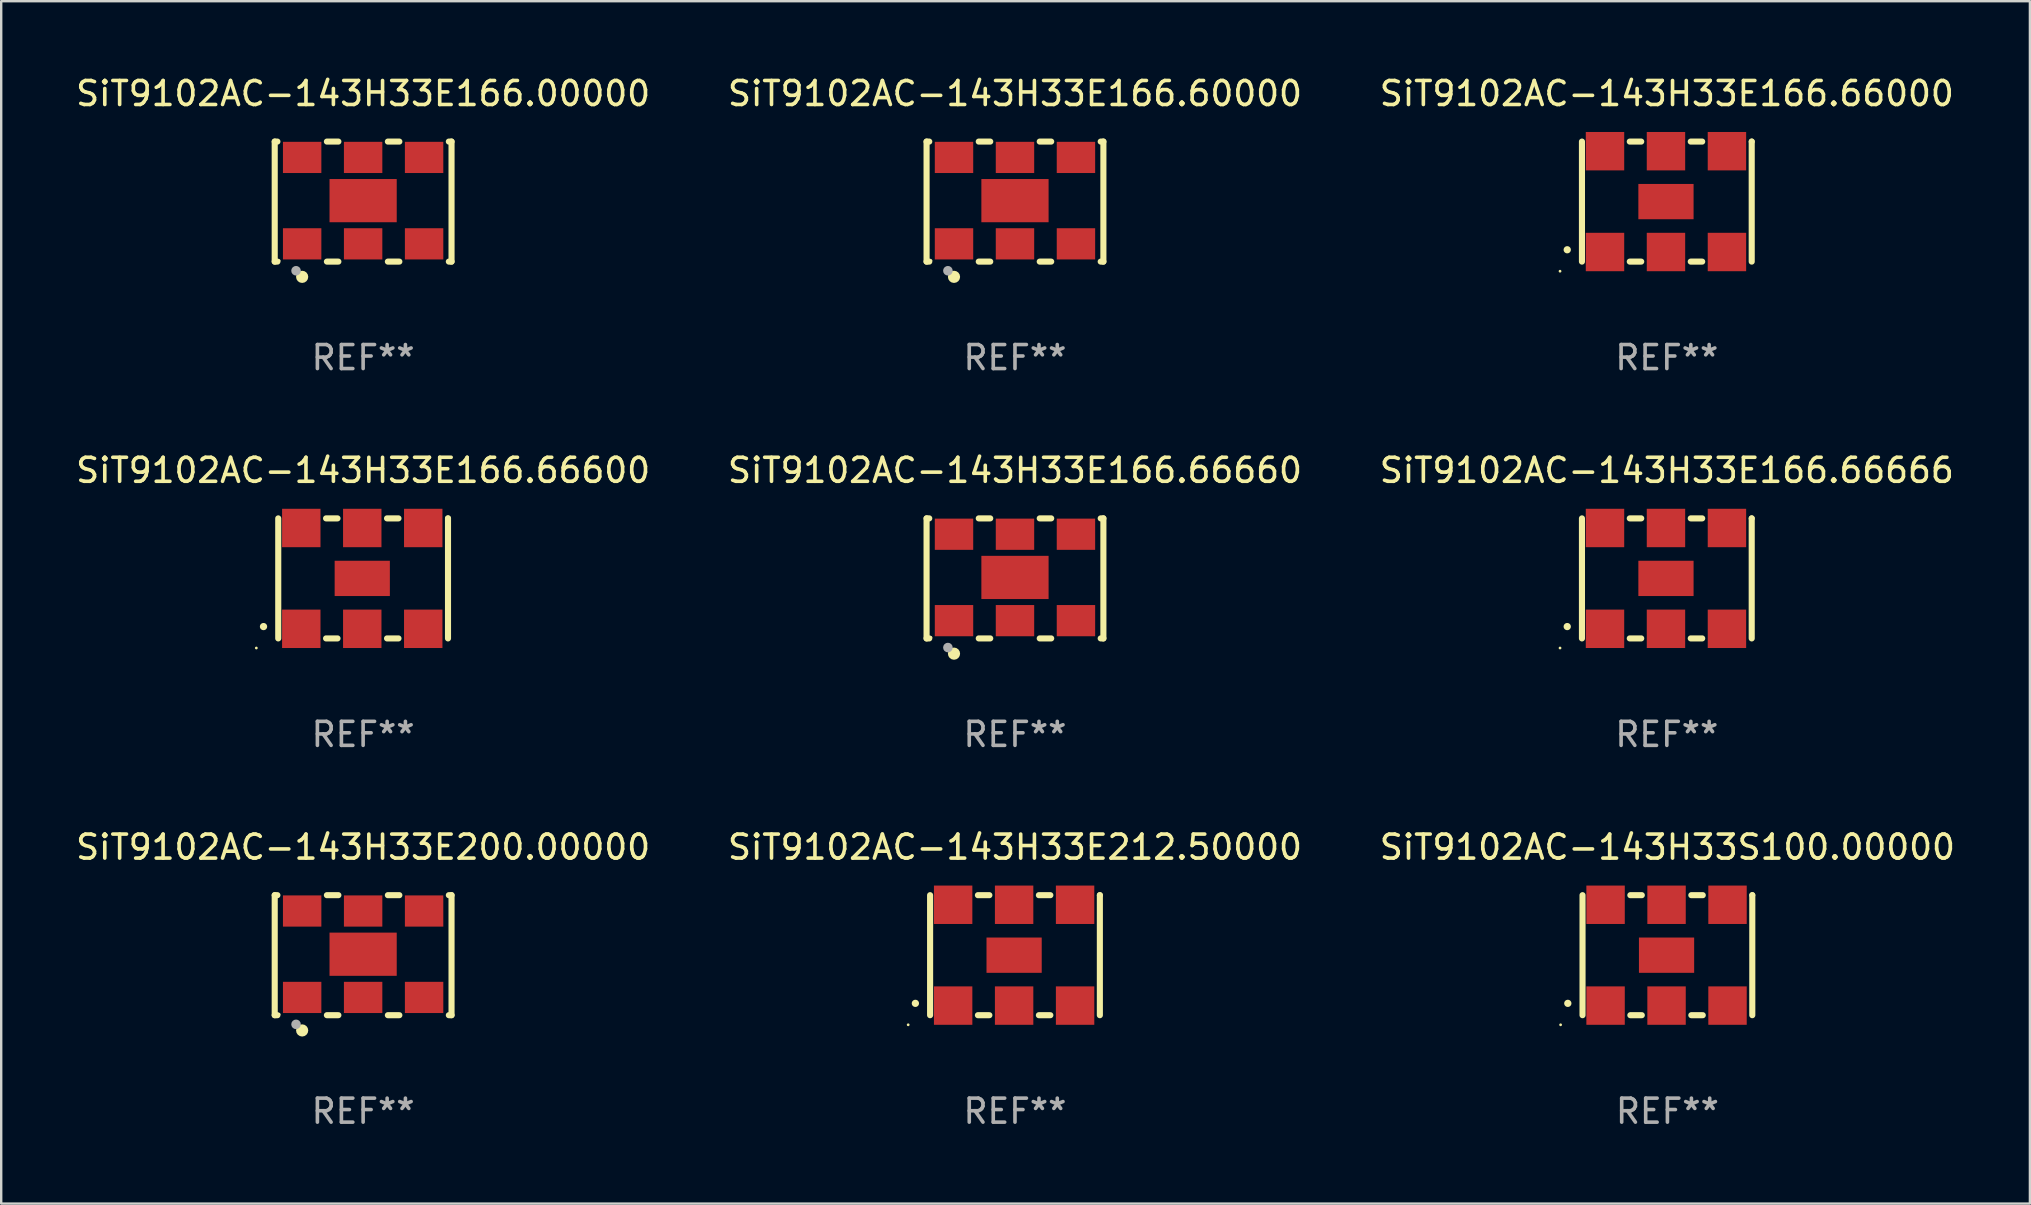
<source format=kicad_pcb>
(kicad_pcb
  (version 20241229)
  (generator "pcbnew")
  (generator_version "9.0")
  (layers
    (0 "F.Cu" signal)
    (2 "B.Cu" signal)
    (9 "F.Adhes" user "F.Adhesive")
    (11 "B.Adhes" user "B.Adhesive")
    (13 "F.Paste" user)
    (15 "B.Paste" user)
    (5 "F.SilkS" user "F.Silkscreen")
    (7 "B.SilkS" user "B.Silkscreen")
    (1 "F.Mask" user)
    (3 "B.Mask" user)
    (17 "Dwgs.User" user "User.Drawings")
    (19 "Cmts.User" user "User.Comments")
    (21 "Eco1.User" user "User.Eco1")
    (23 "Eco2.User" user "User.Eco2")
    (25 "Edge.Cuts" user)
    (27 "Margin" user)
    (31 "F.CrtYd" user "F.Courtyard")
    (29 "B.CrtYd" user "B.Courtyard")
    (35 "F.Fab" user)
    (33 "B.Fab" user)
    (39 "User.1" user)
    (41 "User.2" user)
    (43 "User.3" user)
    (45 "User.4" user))
  (footprint "SiT9102AC-143H33E166.00000"
    (layer "F.Cu")
    (at 12.077 5.348)
    (property "Reference" "SiT9102AC-143H33E166.00000" (at 0 -4.5 0) (layer "F.SilkS") (effects (font (size 1 1) (thickness 0.15))))
    (attr through_hole)
    (fp_line (start -3.683 -2.5) (end -3.571 -2.5) (stroke (width 0.254) (type solid)) (layer "F.SilkS"))
    (fp_line (start -3.683 2.5) (end -3.683 -2.5) (stroke (width 0.254) (type solid)) (layer "F.SilkS"))
    (fp_line (start -3.683 2.5) (end -3.571 2.5) (stroke (width 0.254) (type solid)) (layer "F.SilkS"))
    (fp_line (start -1.509 -2.5) (end -1.031 -2.5) (stroke (width 0.254) (type solid)) (layer "F.SilkS"))
    (fp_line (start -1.509 2.5) (end -1.031 2.5) (stroke (width 0.254) (type solid)) (layer "F.SilkS"))
    (fp_line (start 1.031 -2.5) (end 1.509 -2.5) (stroke (width 0.254) (type solid)) (layer "F.SilkS"))
    (fp_line (start 1.031 2.5) (end 1.509 2.5) (stroke (width 0.254) (type solid)) (layer "F.SilkS"))
    (fp_line (start 3.571 -2.5) (end 3.683 -2.5) (stroke (width 0.254) (type solid)) (layer "F.SilkS"))
    (fp_line (start 3.571 2.5) (end 3.683 2.5) (stroke (width 0.254) (type solid)) (layer "F.SilkS"))
    (fp_line (start 3.683 2.5) (end 3.683 -2.5) (stroke (width 0.254) (type solid)) (layer "F.SilkS"))
    (fp_circle (center -3.5 2.46) (end -3.47 2.46) (stroke (width 0.06) (type solid)) (fill no) (layer "F.SilkS"))
    (fp_circle (center -2.54 3.135) (end -2.413 3.135) (stroke (width 0.254) (type solid)) (fill no) (layer "F.SilkS"))
    (fp_circle (center -2.794 2.881) (end -2.694 2.881) (stroke (width 0.2) (type solid)) (fill no) (layer "F.Fab"))
    (fp_text user "REF**" (at 0 6.5 0) (layer "F.Fab") (effects (font (size 1 1) (thickness 0.15))))
    (pad "1" smd rect (at -2.54 1.76) (size 1.6 1.3) (layers "F.Cu" "F.Mask" "F.Paste"))
    (pad "2" smd rect (at 0 1.76) (size 1.6 1.3) (layers "F.Cu" "F.Mask" "F.Paste"))
    (pad "3" smd rect (at 2.54 1.76) (size 1.6 1.3) (layers "F.Cu" "F.Mask" "F.Paste"))
    (pad "4" smd rect (at 2.54 -1.84) (size 1.6 1.3) (layers "F.Cu" "F.Mask" "F.Paste"))
    (pad "5" smd rect (at 0 -1.84) (size 1.6 1.3) (layers "F.Cu" "F.Mask" "F.Paste"))
    (pad "6" smd rect (at -2.54 -1.84) (size 1.6 1.3) (layers "F.Cu" "F.Mask" "F.Paste"))
    (pad "7" smd rect (at 0 -0.04) (size 2.8 1.8) (layers "F.Cu" "F.Mask" "F.Paste")))
  (footprint "SiT9102AC-143H33E166.60000"
    (layer "F.Cu")
    (at 39.232 5.348)
    (property "Reference" "SiT9102AC-143H33E166.60000" (at 0 -4.5 0) (layer "F.SilkS") (effects (font (size 1 1) (thickness 0.15))))
    (attr through_hole)
    (fp_line (start -3.683 -2.5) (end -3.571 -2.5) (stroke (width 0.254) (type solid)) (layer "F.SilkS"))
    (fp_line (start -3.683 2.5) (end -3.683 -2.5) (stroke (width 0.254) (type solid)) (layer "F.SilkS"))
    (fp_line (start -3.683 2.5) (end -3.571 2.5) (stroke (width 0.254) (type solid)) (layer "F.SilkS"))
    (fp_line (start -1.509 -2.5) (end -1.031 -2.5) (stroke (width 0.254) (type solid)) (layer "F.SilkS"))
    (fp_line (start -1.509 2.5) (end -1.031 2.5) (stroke (width 0.254) (type solid)) (layer "F.SilkS"))
    (fp_line (start 1.031 -2.5) (end 1.509 -2.5) (stroke (width 0.254) (type solid)) (layer "F.SilkS"))
    (fp_line (start 1.031 2.5) (end 1.509 2.5) (stroke (width 0.254) (type solid)) (layer "F.SilkS"))
    (fp_line (start 3.571 -2.5) (end 3.683 -2.5) (stroke (width 0.254) (type solid)) (layer "F.SilkS"))
    (fp_line (start 3.571 2.5) (end 3.683 2.5) (stroke (width 0.254) (type solid)) (layer "F.SilkS"))
    (fp_line (start 3.683 2.5) (end 3.683 -2.5) (stroke (width 0.254) (type solid)) (layer "F.SilkS"))
    (fp_circle (center -3.5 2.46) (end -3.47 2.46) (stroke (width 0.06) (type solid)) (fill no) (layer "F.SilkS"))
    (fp_circle (center -2.54 3.135) (end -2.413 3.135) (stroke (width 0.254) (type solid)) (fill no) (layer "F.SilkS"))
    (fp_circle (center -2.794 2.881) (end -2.694 2.881) (stroke (width 0.2) (type solid)) (fill no) (layer "F.Fab"))
    (fp_text user "REF**" (at 0 6.5 0) (layer "F.Fab") (effects (font (size 1 1) (thickness 0.15))))
    (pad "1" smd rect (at -2.54 1.76) (size 1.6 1.3) (layers "F.Cu" "F.Mask" "F.Paste"))
    (pad "2" smd rect (at 0 1.76) (size 1.6 1.3) (layers "F.Cu" "F.Mask" "F.Paste"))
    (pad "3" smd rect (at 2.54 1.76) (size 1.6 1.3) (layers "F.Cu" "F.Mask" "F.Paste"))
    (pad "4" smd rect (at 2.54 -1.84) (size 1.6 1.3) (layers "F.Cu" "F.Mask" "F.Paste"))
    (pad "5" smd rect (at 0 -1.84) (size 1.6 1.3) (layers "F.Cu" "F.Mask" "F.Paste"))
    (pad "6" smd rect (at -2.54 -1.84) (size 1.6 1.3) (layers "F.Cu" "F.Mask" "F.Paste"))
    (pad "7" smd rect (at 0 -0.04) (size 2.8 1.8) (layers "F.Cu" "F.Mask" "F.Paste")))
  (footprint "SiT9102AC-143H33E166.66660"
    (layer "F.Cu")
    (at 39.232 21.045)
    (property "Reference" "SiT9102AC-143H33E166.66660" (at 0 -4.5 0) (layer "F.SilkS") (effects (font (size 1 1) (thickness 0.15))))
    (attr through_hole)
    (fp_line (start -3.683 -2.5) (end -3.571 -2.5) (stroke (width 0.254) (type solid)) (layer "F.SilkS"))
    (fp_line (start -3.683 2.5) (end -3.683 -2.5) (stroke (width 0.254) (type solid)) (layer "F.SilkS"))
    (fp_line (start -3.683 2.5) (end -3.571 2.5) (stroke (width 0.254) (type solid)) (layer "F.SilkS"))
    (fp_line (start -1.509 -2.5) (end -1.031 -2.5) (stroke (width 0.254) (type solid)) (layer "F.SilkS"))
    (fp_line (start -1.509 2.5) (end -1.031 2.5) (stroke (width 0.254) (type solid)) (layer "F.SilkS"))
    (fp_line (start 1.031 -2.5) (end 1.509 -2.5) (stroke (width 0.254) (type solid)) (layer "F.SilkS"))
    (fp_line (start 1.031 2.5) (end 1.509 2.5) (stroke (width 0.254) (type solid)) (layer "F.SilkS"))
    (fp_line (start 3.571 -2.5) (end 3.683 -2.5) (stroke (width 0.254) (type solid)) (layer "F.SilkS"))
    (fp_line (start 3.571 2.5) (end 3.683 2.5) (stroke (width 0.254) (type solid)) (layer "F.SilkS"))
    (fp_line (start 3.683 2.5) (end 3.683 -2.5) (stroke (width 0.254) (type solid)) (layer "F.SilkS"))
    (fp_circle (center -3.5 2.46) (end -3.47 2.46) (stroke (width 0.06) (type solid)) (fill no) (layer "F.SilkS"))
    (fp_circle (center -2.54 3.135) (end -2.413 3.135) (stroke (width 0.254) (type solid)) (fill no) (layer "F.SilkS"))
    (fp_circle (center -2.794 2.881) (end -2.694 2.881) (stroke (width 0.2) (type solid)) (fill no) (layer "F.Fab"))
    (fp_text user "REF**" (at 0 6.5 0) (layer "F.Fab") (effects (font (size 1 1) (thickness 0.15))))
    (pad "1" smd rect (at -2.54 1.76) (size 1.6 1.3) (layers "F.Cu" "F.Mask" "F.Paste"))
    (pad "2" smd rect (at 0 1.76) (size 1.6 1.3) (layers "F.Cu" "F.Mask" "F.Paste"))
    (pad "3" smd rect (at 2.54 1.76) (size 1.6 1.3) (layers "F.Cu" "F.Mask" "F.Paste"))
    (pad "4" smd rect (at 2.54 -1.84) (size 1.6 1.3) (layers "F.Cu" "F.Mask" "F.Paste"))
    (pad "5" smd rect (at 0 -1.84) (size 1.6 1.3) (layers "F.Cu" "F.Mask" "F.Paste"))
    (pad "6" smd rect (at -2.54 -1.84) (size 1.6 1.3) (layers "F.Cu" "F.Mask" "F.Paste"))
    (pad "7" smd rect (at 0 -0.04) (size 2.8 1.8) (layers "F.Cu" "F.Mask" "F.Paste")))
  (footprint "SiT9102AC-143H33E212.50000"
    (layer "F.Cu")
    (at 39.232 36.741)
    (property "Reference" "SiT9102AC-143H33E212.50000" (at 0 -4.5 0) (layer "F.SilkS") (effects (font (size 1 1) (thickness 0.15))))
    (attr through_hole)
    (fp_line (start -3.536 -2.5) (end -3.536 2.5) (stroke (width 0.254) (type solid)) (layer "F.SilkS"))
    (fp_line (start -1.544 2.5) (end -1.067 2.5) (stroke (width 0.254) (type solid)) (layer "F.SilkS"))
    (fp_line (start -1.067 -2.5) (end -1.544 -2.5) (stroke (width 0.254) (type solid)) (layer "F.SilkS"))
    (fp_line (start 0.996 2.5) (end 1.473 2.5) (stroke (width 0.254) (type solid)) (layer "F.SilkS"))
    (fp_line (start 1.473 -2.5) (end 0.996 -2.5) (stroke (width 0.254) (type solid)) (layer "F.SilkS"))
    (fp_line (start 3.536 -2.5) (end 3.536 -2.5) (stroke (width 0.254) (type solid)) (layer "F.SilkS"))
    (fp_line (start 3.536 2.5) (end 3.536 -2.5) (stroke (width 0.254) (type solid)) (layer "F.SilkS"))
    (fp_arc (start -4.150432 2.006604) (mid -4.149162 2.006599) (end -4.147892 2.006604) (stroke (width 0.3) (type solid)) (layer "F.SilkS"))
    (fp_circle (center -4.449 2.9) (end -4.419 2.9) (stroke (width 0.06) (type solid)) (fill no) (layer "F.SilkS"))
    (fp_text user "REF**" (at 0 6.5 0) (layer "F.Fab") (effects (font (size 1 1) (thickness 0.15))))
    (pad "1" smd rect (at -2.576 2.1) (size 1.6 1.6) (layers "F.Cu" "F.Mask" "F.Paste"))
    (pad "2" smd rect (at -0.036 2.1) (size 1.6 1.6) (layers "F.Cu" "F.Mask" "F.Paste"))
    (pad "3" smd rect (at 2.504 2.1) (size 1.6 1.6) (layers "F.Cu" "F.Mask" "F.Paste"))
    (pad "4" smd rect (at 2.504 -2.1) (size 1.6 1.6) (layers "F.Cu" "F.Mask" "F.Paste"))
    (pad "5" smd rect (at -0.036 -2.1) (size 1.6 1.6) (layers "F.Cu" "F.Mask" "F.Paste"))
    (pad "6" smd rect (at -2.576 -2.1) (size 1.6 1.6) (layers "F.Cu" "F.Mask" "F.Paste"))
    (pad "7" smd rect (at -0.036 0) (size 2.3 1.47) (layers "F.Cu" "F.Mask" "F.Paste")))
  (footprint "SiT9102AC-143H33E166.66000"
    (layer "F.Cu")
    (at 66.387 5.348)
    (property "Reference" "SiT9102AC-143H33E166.66000" (at 0 -4.5 0) (layer "F.SilkS") (effects (font (size 1 1) (thickness 0.15))))
    (attr through_hole)
    (fp_line (start -3.536 -2.5) (end -3.536 2.5) (stroke (width 0.254) (type solid)) (layer "F.SilkS"))
    (fp_line (start -1.544 2.5) (end -1.067 2.5) (stroke (width 0.254) (type solid)) (layer "F.SilkS"))
    (fp_line (start -1.067 -2.5) (end -1.544 -2.5) (stroke (width 0.254) (type solid)) (layer "F.SilkS"))
    (fp_line (start 0.996 2.5) (end 1.473 2.5) (stroke (width 0.254) (type solid)) (layer "F.SilkS"))
    (fp_line (start 1.473 -2.5) (end 0.996 -2.5) (stroke (width 0.254) (type solid)) (layer "F.SilkS"))
    (fp_line (start 3.536 -2.5) (end 3.536 -2.5) (stroke (width 0.254) (type solid)) (layer "F.SilkS"))
    (fp_line (start 3.536 2.5) (end 3.536 -2.5) (stroke (width 0.254) (type solid)) (layer "F.SilkS"))
    (fp_arc (start -4.150432 2.006604) (mid -4.149162 2.006599) (end -4.147892 2.006604) (stroke (width 0.3) (type solid)) (layer "F.SilkS"))
    (fp_circle (center -4.449 2.9) (end -4.419 2.9) (stroke (width 0.06) (type solid)) (fill no) (layer "F.SilkS"))
    (fp_text user "REF**" (at 0 6.5 0) (layer "F.Fab") (effects (font (size 1 1) (thickness 0.15))))
    (pad "1" smd rect (at -2.576 2.1) (size 1.6 1.6) (layers "F.Cu" "F.Mask" "F.Paste"))
    (pad "2" smd rect (at -0.036 2.1) (size 1.6 1.6) (layers "F.Cu" "F.Mask" "F.Paste"))
    (pad "3" smd rect (at 2.504 2.1) (size 1.6 1.6) (layers "F.Cu" "F.Mask" "F.Paste"))
    (pad "4" smd rect (at 2.504 -2.1) (size 1.6 1.6) (layers "F.Cu" "F.Mask" "F.Paste"))
    (pad "5" smd rect (at -0.036 -2.1) (size 1.6 1.6) (layers "F.Cu" "F.Mask" "F.Paste"))
    (pad "6" smd rect (at -2.576 -2.1) (size 1.6 1.6) (layers "F.Cu" "F.Mask" "F.Paste"))
    (pad "7" smd rect (at -0.036 0) (size 2.3 1.47) (layers "F.Cu" "F.Mask" "F.Paste")))
  (footprint "SiT9102AC-143H33E166.66666"
    (layer "F.Cu")
    (at 66.387 21.045)
    (property "Reference" "SiT9102AC-143H33E166.66666" (at 0 -4.5 0) (layer "F.SilkS") (effects (font (size 1 1) (thickness 0.15))))
    (attr through_hole)
    (fp_line (start -3.536 -2.5) (end -3.536 2.5) (stroke (width 0.254) (type solid)) (layer "F.SilkS"))
    (fp_line (start -1.544 2.5) (end -1.067 2.5) (stroke (width 0.254) (type solid)) (layer "F.SilkS"))
    (fp_line (start -1.067 -2.5) (end -1.544 -2.5) (stroke (width 0.254) (type solid)) (layer "F.SilkS"))
    (fp_line (start 0.996 2.5) (end 1.473 2.5) (stroke (width 0.254) (type solid)) (layer "F.SilkS"))
    (fp_line (start 1.473 -2.5) (end 0.996 -2.5) (stroke (width 0.254) (type solid)) (layer "F.SilkS"))
    (fp_line (start 3.536 -2.5) (end 3.536 -2.5) (stroke (width 0.254) (type solid)) (layer "F.SilkS"))
    (fp_line (start 3.536 2.5) (end 3.536 -2.5) (stroke (width 0.254) (type solid)) (layer "F.SilkS"))
    (fp_arc (start -4.150432 2.006604) (mid -4.149162 2.006599) (end -4.147892 2.006604) (stroke (width 0.3) (type solid)) (layer "F.SilkS"))
    (fp_circle (center -4.449 2.9) (end -4.419 2.9) (stroke (width 0.06) (type solid)) (fill no) (layer "F.SilkS"))
    (fp_text user "REF**" (at 0 6.5 0) (layer "F.Fab") (effects (font (size 1 1) (thickness 0.15))))
    (pad "1" smd rect (at -2.576 2.1) (size 1.6 1.6) (layers "F.Cu" "F.Mask" "F.Paste"))
    (pad "2" smd rect (at -0.036 2.1) (size 1.6 1.6) (layers "F.Cu" "F.Mask" "F.Paste"))
    (pad "3" smd rect (at 2.504 2.1) (size 1.6 1.6) (layers "F.Cu" "F.Mask" "F.Paste"))
    (pad "4" smd rect (at 2.504 -2.1) (size 1.6 1.6) (layers "F.Cu" "F.Mask" "F.Paste"))
    (pad "5" smd rect (at -0.036 -2.1) (size 1.6 1.6) (layers "F.Cu" "F.Mask" "F.Paste"))
    (pad "6" smd rect (at -2.576 -2.1) (size 1.6 1.6) (layers "F.Cu" "F.Mask" "F.Paste"))
    (pad "7" smd rect (at -0.036 0) (size 2.3 1.47) (layers "F.Cu" "F.Mask" "F.Paste")))
  (footprint "SiT9102AC-143H33E200.00000"
    (layer "F.Cu")
    (at 12.077 36.741)
    (property "Reference" "SiT9102AC-143H33E200.00000" (at 0 -4.5 0) (layer "F.SilkS") (effects (font (size 1 1) (thickness 0.15))))
    (attr through_hole)
    (fp_line (start -3.683 -2.5) (end -3.571 -2.5) (stroke (width 0.254) (type solid)) (layer "F.SilkS"))
    (fp_line (start -3.683 2.5) (end -3.683 -2.5) (stroke (width 0.254) (type solid)) (layer "F.SilkS"))
    (fp_line (start -3.683 2.5) (end -3.571 2.5) (stroke (width 0.254) (type solid)) (layer "F.SilkS"))
    (fp_line (start -1.509 -2.5) (end -1.031 -2.5) (stroke (width 0.254) (type solid)) (layer "F.SilkS"))
    (fp_line (start -1.509 2.5) (end -1.031 2.5) (stroke (width 0.254) (type solid)) (layer "F.SilkS"))
    (fp_line (start 1.031 -2.5) (end 1.509 -2.5) (stroke (width 0.254) (type solid)) (layer "F.SilkS"))
    (fp_line (start 1.031 2.5) (end 1.509 2.5) (stroke (width 0.254) (type solid)) (layer "F.SilkS"))
    (fp_line (start 3.571 -2.5) (end 3.683 -2.5) (stroke (width 0.254) (type solid)) (layer "F.SilkS"))
    (fp_line (start 3.571 2.5) (end 3.683 2.5) (stroke (width 0.254) (type solid)) (layer "F.SilkS"))
    (fp_line (start 3.683 2.5) (end 3.683 -2.5) (stroke (width 0.254) (type solid)) (layer "F.SilkS"))
    (fp_circle (center -3.5 2.46) (end -3.47 2.46) (stroke (width 0.06) (type solid)) (fill no) (layer "F.SilkS"))
    (fp_circle (center -2.54 3.135) (end -2.413 3.135) (stroke (width 0.254) (type solid)) (fill no) (layer "F.SilkS"))
    (fp_circle (center -2.794 2.881) (end -2.694 2.881) (stroke (width 0.2) (type solid)) (fill no) (layer "F.Fab"))
    (fp_text user "REF**" (at 0 6.5 0) (layer "F.Fab") (effects (font (size 1 1) (thickness 0.15))))
    (pad "1" smd rect (at -2.54 1.76) (size 1.6 1.3) (layers "F.Cu" "F.Mask" "F.Paste"))
    (pad "2" smd rect (at 0 1.76) (size 1.6 1.3) (layers "F.Cu" "F.Mask" "F.Paste"))
    (pad "3" smd rect (at 2.54 1.76) (size 1.6 1.3) (layers "F.Cu" "F.Mask" "F.Paste"))
    (pad "4" smd rect (at 2.54 -1.84) (size 1.6 1.3) (layers "F.Cu" "F.Mask" "F.Paste"))
    (pad "5" smd rect (at 0 -1.84) (size 1.6 1.3) (layers "F.Cu" "F.Mask" "F.Paste"))
    (pad "6" smd rect (at -2.54 -1.84) (size 1.6 1.3) (layers "F.Cu" "F.Mask" "F.Paste"))
    (pad "7" smd rect (at 0 -0.04) (size 2.8 1.8) (layers "F.Cu" "F.Mask" "F.Paste")))
  (footprint "SiT9102AC-143H33S100.00000"
    (layer "F.Cu")
    (at 66.411 36.741)
    (property "Reference" "SiT9102AC-143H33S100.00000" (at 0 -4.5 0) (layer "F.SilkS") (effects (font (size 1 1) (thickness 0.15))))
    (attr through_hole)
    (fp_line (start -3.536 -2.5) (end -3.536 2.5) (stroke (width 0.254) (type solid)) (layer "F.SilkS"))
    (fp_line (start -1.544 2.5) (end -1.067 2.5) (stroke (width 0.254) (type solid)) (layer "F.SilkS"))
    (fp_line (start -1.067 -2.5) (end -1.544 -2.5) (stroke (width 0.254) (type solid)) (layer "F.SilkS"))
    (fp_line (start 0.996 2.5) (end 1.473 2.5) (stroke (width 0.254) (type solid)) (layer "F.SilkS"))
    (fp_line (start 1.473 -2.5) (end 0.996 -2.5) (stroke (width 0.254) (type solid)) (layer "F.SilkS"))
    (fp_line (start 3.536 -2.5) (end 3.536 -2.5) (stroke (width 0.254) (type solid)) (layer "F.SilkS"))
    (fp_line (start 3.536 2.5) (end 3.536 -2.5) (stroke (width 0.254) (type solid)) (layer "F.SilkS"))
    (fp_arc (start -4.150432 2.006604) (mid -4.149162 2.006599) (end -4.147892 2.006604) (stroke (width 0.3) (type solid)) (layer "F.SilkS"))
    (fp_circle (center -4.449 2.9) (end -4.419 2.9) (stroke (width 0.06) (type solid)) (fill no) (layer "F.SilkS"))
    (fp_text user "REF**" (at 0 6.5 0) (layer "F.Fab") (effects (font (size 1 1) (thickness 0.15))))
    (pad "1" smd rect (at -2.576 2.1) (size 1.6 1.6) (layers "F.Cu" "F.Mask" "F.Paste"))
    (pad "2" smd rect (at -0.036 2.1) (size 1.6 1.6) (layers "F.Cu" "F.Mask" "F.Paste"))
    (pad "3" smd rect (at 2.504 2.1) (size 1.6 1.6) (layers "F.Cu" "F.Mask" "F.Paste"))
    (pad "4" smd rect (at 2.504 -2.1) (size 1.6 1.6) (layers "F.Cu" "F.Mask" "F.Paste"))
    (pad "5" smd rect (at -0.036 -2.1) (size 1.6 1.6) (layers "F.Cu" "F.Mask" "F.Paste"))
    (pad "6" smd rect (at -2.576 -2.1) (size 1.6 1.6) (layers "F.Cu" "F.Mask" "F.Paste"))
    (pad "7" smd rect (at -0.036 0) (size 2.3 1.47) (layers "F.Cu" "F.Mask" "F.Paste")))
  (footprint "SiT9102AC-143H33E166.66600"
    (layer "F.Cu")
    (at 12.077 21.045)
    (property "Reference" "SiT9102AC-143H33E166.66600" (at 0 -4.5 0) (layer "F.SilkS") (effects (font (size 1 1) (thickness 0.15))))
    (attr through_hole)
    (fp_line (start -3.536 -2.5) (end -3.536 2.5) (stroke (width 0.254) (type solid)) (layer "F.SilkS"))
    (fp_line (start -1.544 2.5) (end -1.067 2.5) (stroke (width 0.254) (type solid)) (layer "F.SilkS"))
    (fp_line (start -1.067 -2.5) (end -1.544 -2.5) (stroke (width 0.254) (type solid)) (layer "F.SilkS"))
    (fp_line (start 0.996 2.5) (end 1.473 2.5) (stroke (width 0.254) (type solid)) (layer "F.SilkS"))
    (fp_line (start 1.473 -2.5) (end 0.996 -2.5) (stroke (width 0.254) (type solid)) (layer "F.SilkS"))
    (fp_line (start 3.536 -2.5) (end 3.536 -2.5) (stroke (width 0.254) (type solid)) (layer "F.SilkS"))
    (fp_line (start 3.536 2.5) (end 3.536 -2.5) (stroke (width 0.254) (type solid)) (layer "F.SilkS"))
    (fp_arc (start -4.150432 2.006604) (mid -4.149162 2.006599) (end -4.147892 2.006604) (stroke (width 0.3) (type solid)) (layer "F.SilkS"))
    (fp_circle (center -4.449 2.9) (end -4.419 2.9) (stroke (width 0.06) (type solid)) (fill no) (layer "F.SilkS"))
    (fp_text user "REF**" (at 0 6.5 0) (layer "F.Fab") (effects (font (size 1 1) (thickness 0.15))))
    (pad "1" smd rect (at -2.576 2.1) (size 1.6 1.6) (layers "F.Cu" "F.Mask" "F.Paste"))
    (pad "2" smd rect (at -0.036 2.1) (size 1.6 1.6) (layers "F.Cu" "F.Mask" "F.Paste"))
    (pad "3" smd rect (at 2.504 2.1) (size 1.6 1.6) (layers "F.Cu" "F.Mask" "F.Paste"))
    (pad "4" smd rect (at 2.504 -2.1) (size 1.6 1.6) (layers "F.Cu" "F.Mask" "F.Paste"))
    (pad "5" smd rect (at -0.036 -2.1) (size 1.6 1.6) (layers "F.Cu" "F.Mask" "F.Paste"))
    (pad "6" smd rect (at -2.576 -2.1) (size 1.6 1.6) (layers "F.Cu" "F.Mask" "F.Paste"))
    (pad "7" smd rect (at -0.036 0) (size 2.3 1.47) (layers "F.Cu" "F.Mask" "F.Paste")))
  (gr_rect
    (start -3 -3)
    (end 81.512 47.09)
    (stroke (width 0.1) (type default))
    (fill no)
    (layer "Edge.Cuts")))
</source>
